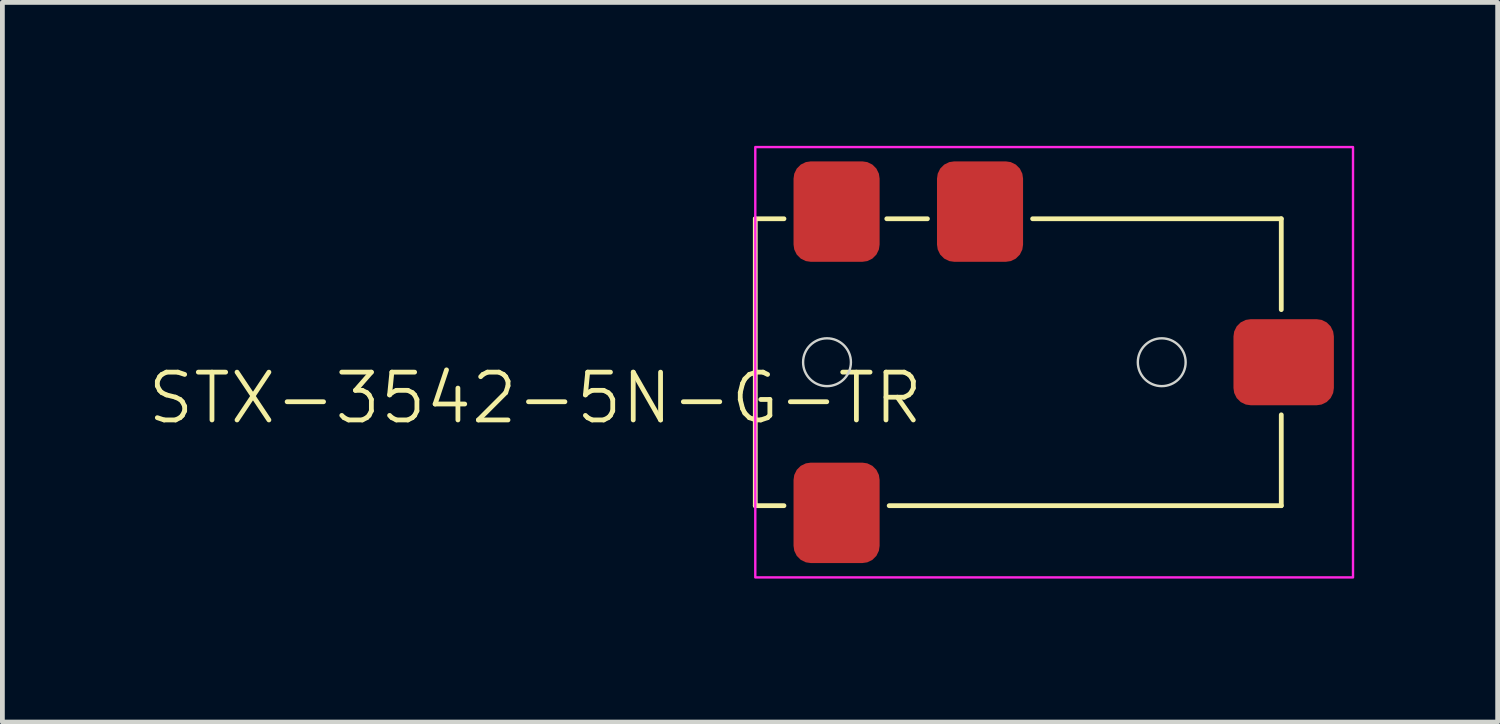
<source format=kicad_pcb>
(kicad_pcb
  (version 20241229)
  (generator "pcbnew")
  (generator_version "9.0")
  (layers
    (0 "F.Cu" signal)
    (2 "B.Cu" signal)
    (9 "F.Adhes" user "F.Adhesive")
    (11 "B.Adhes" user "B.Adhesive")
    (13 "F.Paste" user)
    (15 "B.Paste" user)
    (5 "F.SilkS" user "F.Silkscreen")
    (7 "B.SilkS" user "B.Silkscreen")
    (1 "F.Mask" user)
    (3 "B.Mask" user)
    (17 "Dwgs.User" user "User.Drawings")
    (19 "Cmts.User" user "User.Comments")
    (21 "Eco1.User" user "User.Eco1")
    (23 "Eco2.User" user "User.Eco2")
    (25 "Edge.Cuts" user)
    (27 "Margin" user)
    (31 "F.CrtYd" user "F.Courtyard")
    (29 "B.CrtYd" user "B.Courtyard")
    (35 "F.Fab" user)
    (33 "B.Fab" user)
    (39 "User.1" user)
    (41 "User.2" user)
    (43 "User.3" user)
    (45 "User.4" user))
  (footprint "STX-3542-5N-G-TR"
    (layer "F.Cu")
    (at 12.745 4.525)
    (property "Reference" "STX-3542-5N-G-TR" (at -4.6 0.75 0) (unlocked yes) (layer "F.SilkS") (effects (font (size 1 1) (thickness 0.1))))
    (attr smd)
    (fp_line (start 0 -3) (end 0 3) (stroke (width 0.1) (type default)) (layer "F.SilkS"))
    (fp_line (start 0 -3) (end 0.6 -3) (stroke (width 0.1) (type default)) (layer "F.SilkS"))
    (fp_line (start 0 3) (end 0.6 3) (stroke (width 0.1) (type default)) (layer "F.SilkS"))
    (fp_line (start 2.75 -3) (end 3.6 -3) (stroke (width 0.1) (type default)) (layer "F.SilkS"))
    (fp_line (start 2.8 3) (end 11 3) (stroke (width 0.1) (type default)) (layer "F.SilkS"))
    (fp_line (start 5.8 -3) (end 11 -3) (stroke (width 0.1) (type default)) (layer "F.SilkS"))
    (fp_line (start 11 -1.1) (end 11 -3) (stroke (width 0.1) (type default)) (layer "F.SilkS"))
    (fp_line (start 11 3) (end 11 1.1) (stroke (width 0.1) (type default)) (layer "F.SilkS"))
    (fp_circle (center 1.5 0) (end 2 0) (stroke (width 0.05) (type default)) (fill no) (layer "Edge.Cuts"))
    (fp_circle (center 8.5 0) (end 9 0) (stroke (width 0.05) (type default)) (fill no) (layer "Edge.Cuts"))
    (fp_rect (start 0 -4.5) (end 12.5 4.5) (stroke (width 0.05) (type default)) (fill no) (layer "F.CrtYd"))
    (pad "1" smd roundrect (at 1.7 -3.15 270) (size 2.1 1.8) (layers "F.Cu" "F.Mask" "F.Paste") (roundrect_rratio 0.2))
    (pad "2" smd roundrect (at 11.05 0) (size 2.1 1.8) (layers "F.Cu" "F.Mask" "F.Paste") (roundrect_rratio 0.2))
    (pad "3" smd roundrect (at 4.7 -3.15 270) (size 2.1 1.8) (layers "F.Cu" "F.Mask" "F.Paste") (roundrect_rratio 0.2))
    (pad "4" smd roundrect (at 1.7 3.15 270) (size 2.1 1.8) (layers "F.Cu" "F.Mask" "F.Paste") (roundrect_rratio 0.2)))
  (gr_rect
    (start -3 -3)
    (end 28.27 12.05)
    (stroke (width 0.1) (type default))
    (fill no)
    (layer "Edge.Cuts")))
</source>
